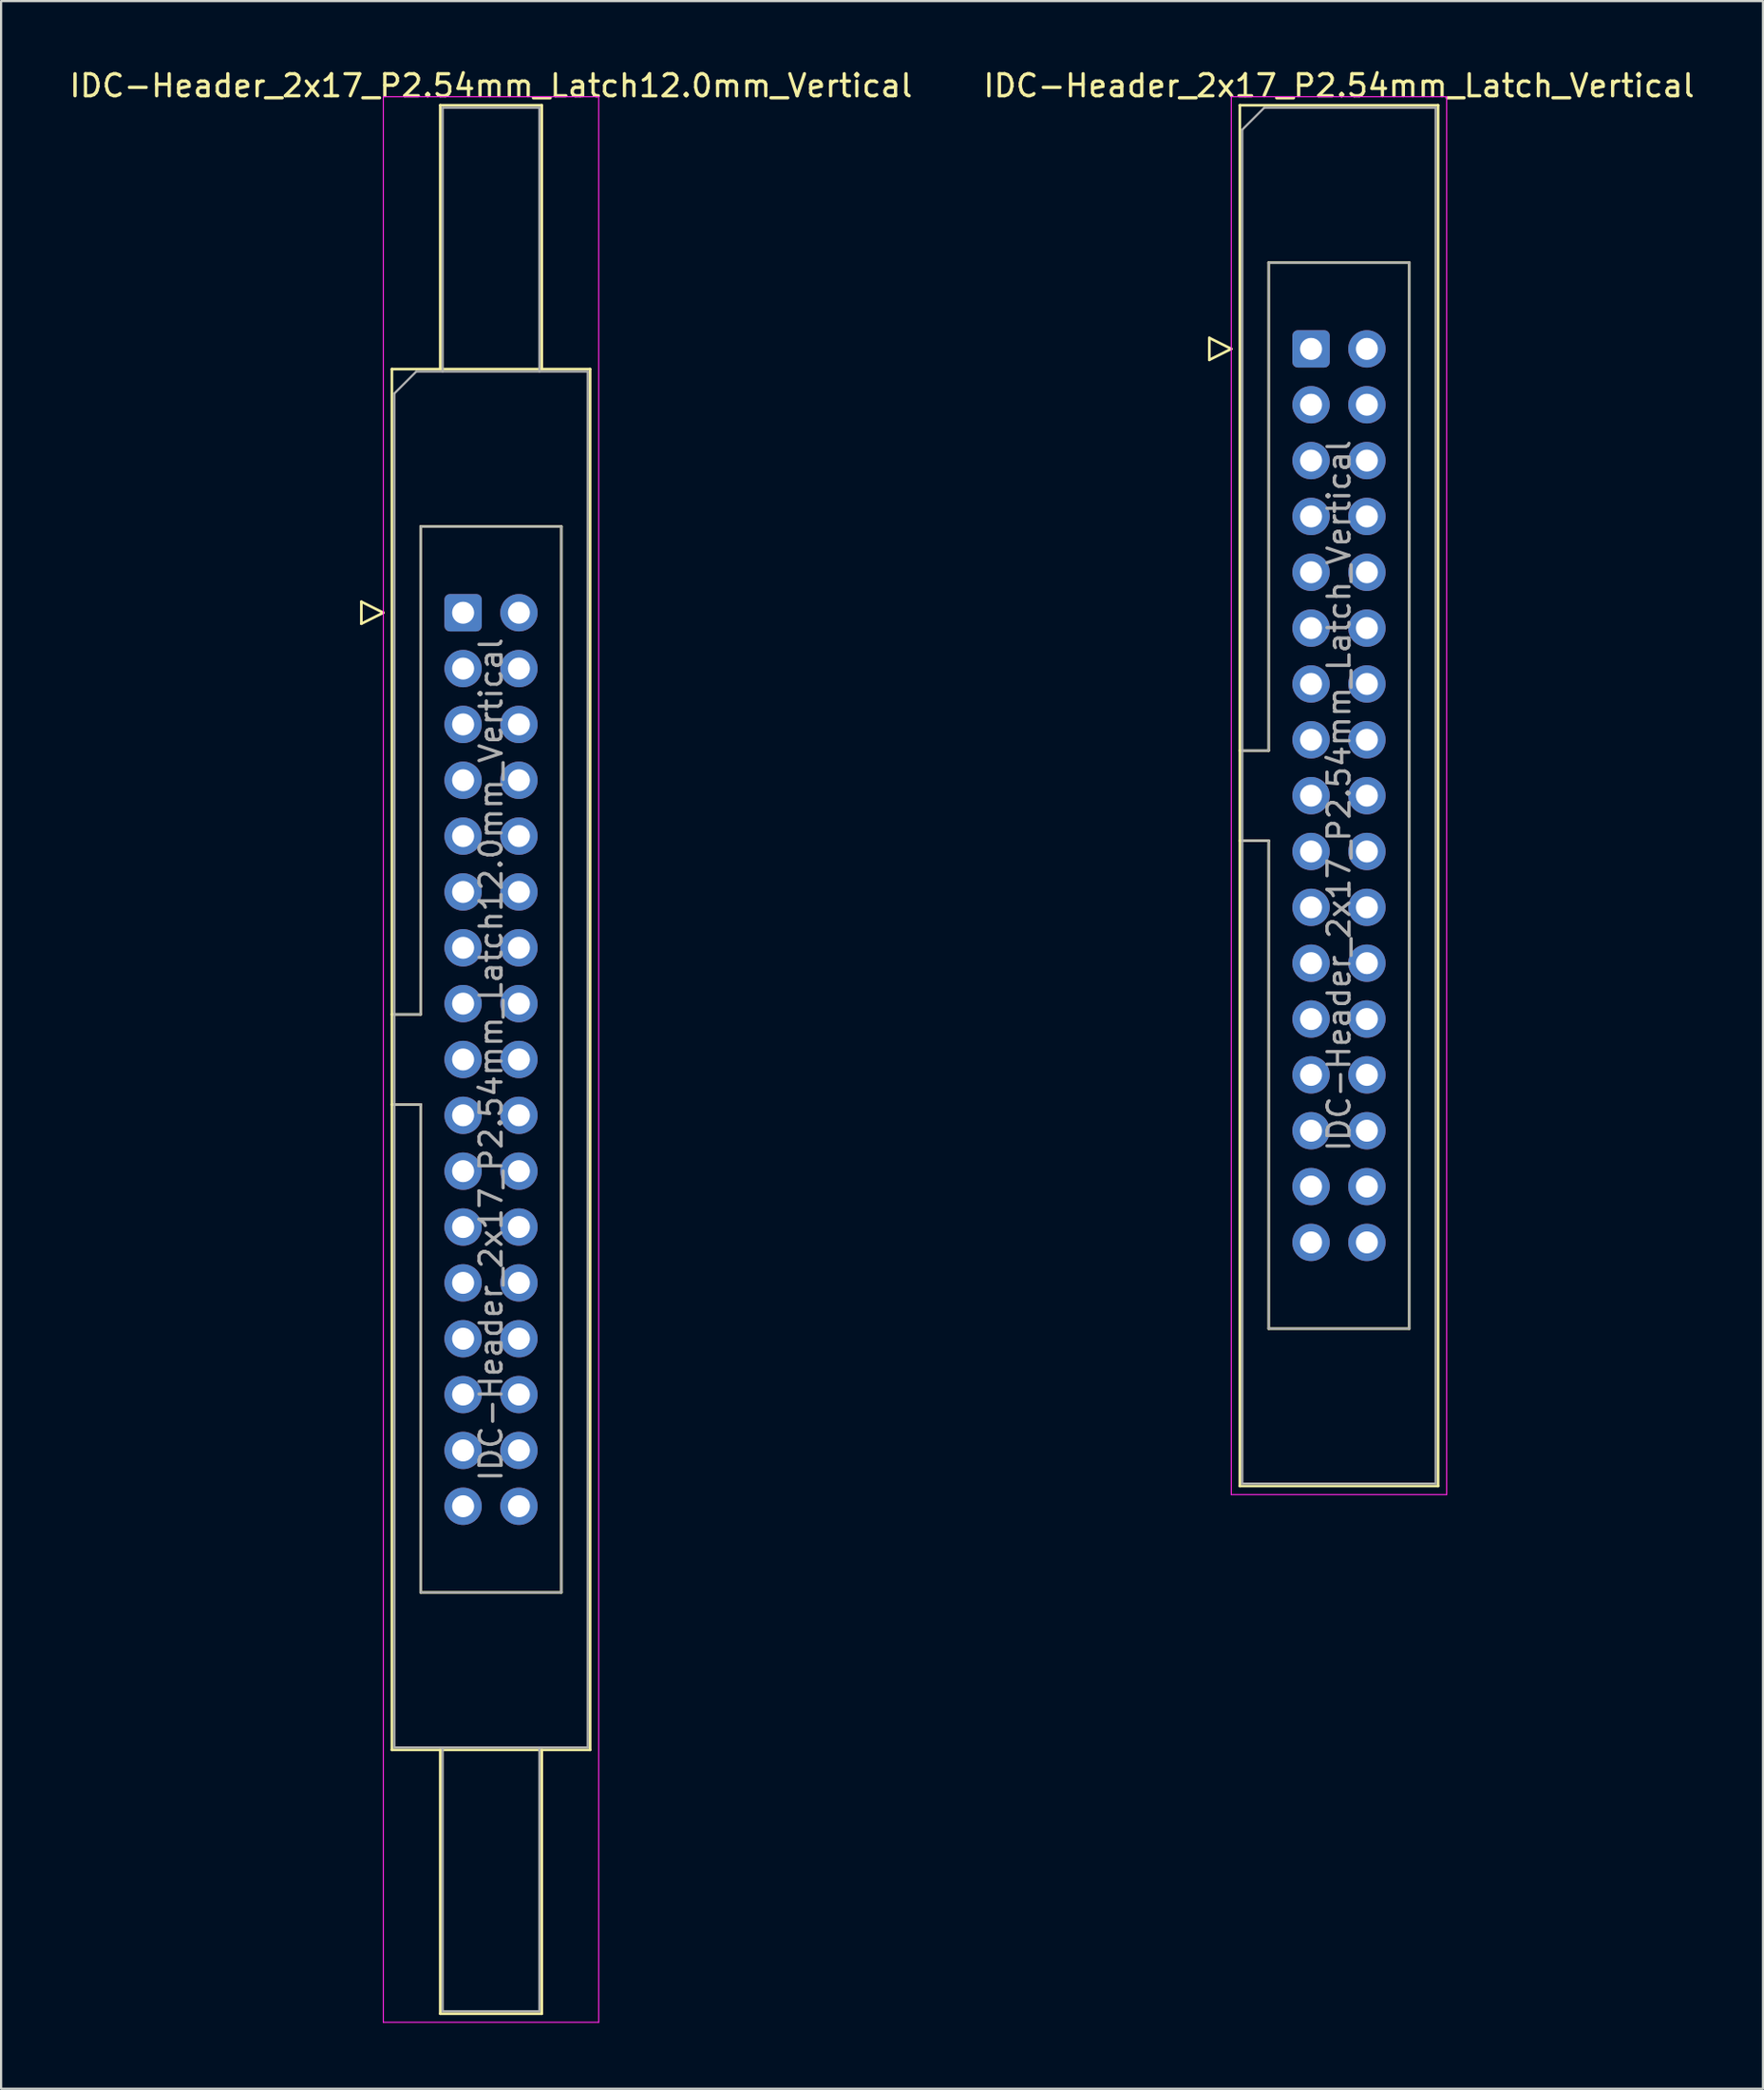
<source format=kicad_pcb>
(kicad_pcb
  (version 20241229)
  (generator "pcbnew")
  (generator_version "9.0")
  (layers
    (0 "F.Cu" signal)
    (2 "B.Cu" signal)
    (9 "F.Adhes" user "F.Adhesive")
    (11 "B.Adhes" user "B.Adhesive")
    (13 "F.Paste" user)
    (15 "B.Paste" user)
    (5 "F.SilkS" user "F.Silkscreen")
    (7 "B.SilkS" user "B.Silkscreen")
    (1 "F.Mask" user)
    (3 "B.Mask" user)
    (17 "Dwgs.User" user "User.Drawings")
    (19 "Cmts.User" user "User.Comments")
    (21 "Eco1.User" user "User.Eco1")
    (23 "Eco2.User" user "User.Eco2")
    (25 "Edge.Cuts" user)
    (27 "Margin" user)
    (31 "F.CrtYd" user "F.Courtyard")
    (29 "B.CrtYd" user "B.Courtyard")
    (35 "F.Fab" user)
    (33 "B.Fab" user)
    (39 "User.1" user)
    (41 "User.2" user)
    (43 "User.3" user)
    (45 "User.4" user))
  (footprint "IDC-Header_2x17_P2.54mm_Latch_Vertical"
    (layer "F.Cu")
    (at 56.605 12.818)
    (property "Reference" "IDC-Header_2x17_P2.54mm_Latch_Vertical" (at 1.27 -11.97 0) (layer "F.SilkS") (effects (font (size 1 1) (thickness 0.15))))
    (attr through_hole)
    (fp_line (start -4.63 -0.5) (end -4.63 0.5) (stroke (width 0.12) (type solid)) (layer "F.SilkS"))
    (fp_line (start -4.63 0.5) (end -3.63 0) (stroke (width 0.12) (type solid)) (layer "F.SilkS"))
    (fp_line (start -3.63 0) (end -4.63 -0.5) (stroke (width 0.12) (type solid)) (layer "F.SilkS"))
    (fp_line (start -3.24 -11.08) (end 5.78 -11.08) (stroke (width 0.12) (type solid)) (layer "F.SilkS"))
    (fp_line (start -3.24 18.27) (end -1.93 18.27) (stroke (width 0.12) (type solid)) (layer "F.SilkS"))
    (fp_line (start -3.24 51.72) (end -3.24 -11.08) (stroke (width 0.12) (type solid)) (layer "F.SilkS"))
    (fp_line (start -1.93 -3.92) (end 4.47 -3.92) (stroke (width 0.12) (type solid)) (layer "F.SilkS"))
    (fp_line (start -1.93 18.27) (end -1.93 -3.92) (stroke (width 0.12) (type solid)) (layer "F.SilkS"))
    (fp_line (start -1.93 22.37) (end -3.24 22.37) (stroke (width 0.12) (type solid)) (layer "F.SilkS"))
    (fp_line (start -1.93 22.37) (end -1.93 22.37) (stroke (width 0.12) (type solid)) (layer "F.SilkS"))
    (fp_line (start -1.93 44.56) (end -1.93 22.37) (stroke (width 0.12) (type solid)) (layer "F.SilkS"))
    (fp_line (start 4.47 -3.92) (end 4.47 44.56) (stroke (width 0.12) (type solid)) (layer "F.SilkS"))
    (fp_line (start 4.47 44.56) (end -1.93 44.56) (stroke (width 0.12) (type solid)) (layer "F.SilkS"))
    (fp_line (start 5.78 -11.08) (end 5.78 51.72) (stroke (width 0.12) (type solid)) (layer "F.SilkS"))
    (fp_line (start 5.78 51.72) (end -3.24 51.72) (stroke (width 0.12) (type solid)) (layer "F.SilkS"))
    (fp_line (start -3.63 -11.47) (end -3.63 52.11) (stroke (width 0.05) (type solid)) (layer "F.CrtYd"))
    (fp_line (start -3.63 52.11) (end 6.17 52.11) (stroke (width 0.05) (type solid)) (layer "F.CrtYd"))
    (fp_line (start 6.17 -11.47) (end -3.63 -11.47) (stroke (width 0.05) (type solid)) (layer "F.CrtYd"))
    (fp_line (start 6.17 52.11) (end 6.17 -11.47) (stroke (width 0.05) (type solid)) (layer "F.CrtYd"))
    (fp_line (start -3.13 -9.97) (end -2.13 -10.97) (stroke (width 0.1) (type solid)) (layer "F.Fab"))
    (fp_line (start -3.13 18.27) (end -1.93 18.27) (stroke (width 0.1) (type solid)) (layer "F.Fab"))
    (fp_line (start -3.13 51.61) (end -3.13 -9.97) (stroke (width 0.1) (type solid)) (layer "F.Fab"))
    (fp_line (start -2.13 -10.97) (end 5.67 -10.97) (stroke (width 0.1) (type solid)) (layer "F.Fab"))
    (fp_line (start -1.93 -3.92) (end 4.47 -3.92) (stroke (width 0.1) (type solid)) (layer "F.Fab"))
    (fp_line (start -1.93 18.27) (end -1.93 -3.92) (stroke (width 0.1) (type solid)) (layer "F.Fab"))
    (fp_line (start -1.93 22.37) (end -3.13 22.37) (stroke (width 0.1) (type solid)) (layer "F.Fab"))
    (fp_line (start -1.93 22.37) (end -1.93 22.37) (stroke (width 0.1) (type solid)) (layer "F.Fab"))
    (fp_line (start -1.93 44.56) (end -1.93 22.37) (stroke (width 0.1) (type solid)) (layer "F.Fab"))
    (fp_line (start 4.47 -3.92) (end 4.47 44.56) (stroke (width 0.1) (type solid)) (layer "F.Fab"))
    (fp_line (start 4.47 44.56) (end -1.93 44.56) (stroke (width 0.1) (type solid)) (layer "F.Fab"))
    (fp_line (start 5.67 -10.97) (end 5.67 51.61) (stroke (width 0.1) (type solid)) (layer "F.Fab"))
    (fp_line (start 5.67 51.61) (end -3.13 51.61) (stroke (width 0.1) (type solid)) (layer "F.Fab"))
    (fp_text user "${REFERENCE}" (at 1.27 20.32 90) (layer "F.Fab") (effects (font (size 1 1) (thickness 0.15))))
    (pad "1" thru_hole roundrect (at 0 0) (size 1.7 1.7) (drill 1) (layers "*.Cu" "*.Mask") (roundrect_rratio 0.147))
    (pad "2" thru_hole circle (at 2.54 0) (size 1.7 1.7) (drill 1) (layers "*.Cu" "*.Mask"))
    (pad "3" thru_hole circle (at 0 2.54) (size 1.7 1.7) (drill 1) (layers "*.Cu" "*.Mask"))
    (pad "4" thru_hole circle (at 2.54 2.54) (size 1.7 1.7) (drill 1) (layers "*.Cu" "*.Mask"))
    (pad "5" thru_hole circle (at 0 5.08) (size 1.7 1.7) (drill 1) (layers "*.Cu" "*.Mask"))
    (pad "6" thru_hole circle (at 2.54 5.08) (size 1.7 1.7) (drill 1) (layers "*.Cu" "*.Mask"))
    (pad "7" thru_hole circle (at 0 7.62) (size 1.7 1.7) (drill 1) (layers "*.Cu" "*.Mask"))
    (pad "8" thru_hole circle (at 2.54 7.62) (size 1.7 1.7) (drill 1) (layers "*.Cu" "*.Mask"))
    (pad "9" thru_hole circle (at 0 10.16) (size 1.7 1.7) (drill 1) (layers "*.Cu" "*.Mask"))
    (pad "10" thru_hole circle (at 2.54 10.16) (size 1.7 1.7) (drill 1) (layers "*.Cu" "*.Mask"))
    (pad "11" thru_hole circle (at 0 12.7) (size 1.7 1.7) (drill 1) (layers "*.Cu" "*.Mask"))
    (pad "12" thru_hole circle (at 2.54 12.7) (size 1.7 1.7) (drill 1) (layers "*.Cu" "*.Mask"))
    (pad "13" thru_hole circle (at 0 15.24) (size 1.7 1.7) (drill 1) (layers "*.Cu" "*.Mask"))
    (pad "14" thru_hole circle (at 2.54 15.24) (size 1.7 1.7) (drill 1) (layers "*.Cu" "*.Mask"))
    (pad "15" thru_hole circle (at 0 17.78) (size 1.7 1.7) (drill 1) (layers "*.Cu" "*.Mask"))
    (pad "16" thru_hole circle (at 2.54 17.78) (size 1.7 1.7) (drill 1) (layers "*.Cu" "*.Mask"))
    (pad "17" thru_hole circle (at 0 20.32) (size 1.7 1.7) (drill 1) (layers "*.Cu" "*.Mask"))
    (pad "18" thru_hole circle (at 2.54 20.32) (size 1.7 1.7) (drill 1) (layers "*.Cu" "*.Mask"))
    (pad "19" thru_hole circle (at 0 22.86) (size 1.7 1.7) (drill 1) (layers "*.Cu" "*.Mask"))
    (pad "20" thru_hole circle (at 2.54 22.86) (size 1.7 1.7) (drill 1) (layers "*.Cu" "*.Mask"))
    (pad "21" thru_hole circle (at 0 25.4) (size 1.7 1.7) (drill 1) (layers "*.Cu" "*.Mask"))
    (pad "22" thru_hole circle (at 2.54 25.4) (size 1.7 1.7) (drill 1) (layers "*.Cu" "*.Mask"))
    (pad "23" thru_hole circle (at 0 27.94) (size 1.7 1.7) (drill 1) (layers "*.Cu" "*.Mask"))
    (pad "24" thru_hole circle (at 2.54 27.94) (size 1.7 1.7) (drill 1) (layers "*.Cu" "*.Mask"))
    (pad "25" thru_hole circle (at 0 30.48) (size 1.7 1.7) (drill 1) (layers "*.Cu" "*.Mask"))
    (pad "26" thru_hole circle (at 2.54 30.48) (size 1.7 1.7) (drill 1) (layers "*.Cu" "*.Mask"))
    (pad "27" thru_hole circle (at 0 33.02) (size 1.7 1.7) (drill 1) (layers "*.Cu" "*.Mask"))
    (pad "28" thru_hole circle (at 2.54 33.02) (size 1.7 1.7) (drill 1) (layers "*.Cu" "*.Mask"))
    (pad "29" thru_hole circle (at 0 35.56) (size 1.7 1.7) (drill 1) (layers "*.Cu" "*.Mask"))
    (pad "30" thru_hole circle (at 2.54 35.56) (size 1.7 1.7) (drill 1) (layers "*.Cu" "*.Mask"))
    (pad "31" thru_hole circle (at 0 38.1) (size 1.7 1.7) (drill 1) (layers "*.Cu" "*.Mask"))
    (pad "32" thru_hole circle (at 2.54 38.1) (size 1.7 1.7) (drill 1) (layers "*.Cu" "*.Mask"))
    (pad "33" thru_hole circle (at 0 40.64) (size 1.7 1.7) (drill 1) (layers "*.Cu" "*.Mask"))
    (pad "34" thru_hole circle (at 2.54 40.64) (size 1.7 1.7) (drill 1) (layers "*.Cu" "*.Mask")))
  (footprint "IDC-Header_2x17_P2.54mm_Latch12.0mm_Vertical"
    (layer "F.Cu")
    (at 18.022 24.818)
    (property "Reference" "IDC-Header_2x17_P2.54mm_Latch12.0mm_Vertical" (at 1.27 -23.97 0) (layer "F.SilkS") (effects (font (size 1 1) (thickness 0.15))))
    (attr through_hole)
    (fp_line (start -4.63 -0.5) (end -4.63 0.5) (stroke (width 0.12) (type solid)) (layer "F.SilkS"))
    (fp_line (start -4.63 0.5) (end -3.63 0) (stroke (width 0.12) (type solid)) (layer "F.SilkS"))
    (fp_line (start -3.63 0) (end -4.63 -0.5) (stroke (width 0.12) (type solid)) (layer "F.SilkS"))
    (fp_line (start -3.24 -11.08) (end 5.78 -11.08) (stroke (width 0.12) (type solid)) (layer "F.SilkS"))
    (fp_line (start -3.24 18.27) (end -1.93 18.27) (stroke (width 0.12) (type solid)) (layer "F.SilkS"))
    (fp_line (start -3.24 51.72) (end -3.24 -11.08) (stroke (width 0.12) (type solid)) (layer "F.SilkS"))
    (fp_line (start -1.93 -3.92) (end 4.47 -3.92) (stroke (width 0.12) (type solid)) (layer "F.SilkS"))
    (fp_line (start -1.93 18.27) (end -1.93 -3.92) (stroke (width 0.12) (type solid)) (layer "F.SilkS"))
    (fp_line (start -1.93 22.37) (end -3.24 22.37) (stroke (width 0.12) (type solid)) (layer "F.SilkS"))
    (fp_line (start -1.93 22.37) (end -1.93 22.37) (stroke (width 0.12) (type solid)) (layer "F.SilkS"))
    (fp_line (start -1.93 44.56) (end -1.93 22.37) (stroke (width 0.12) (type solid)) (layer "F.SilkS"))
    (fp_line (start -1.04 -23.08) (end 3.58 -23.08) (stroke (width 0.12) (type solid)) (layer "F.SilkS"))
    (fp_line (start -1.04 -11.08) (end -1.04 -23.08) (stroke (width 0.12) (type solid)) (layer "F.SilkS"))
    (fp_line (start -1.04 51.72) (end -1.04 63.72) (stroke (width 0.12) (type solid)) (layer "F.SilkS"))
    (fp_line (start -1.04 63.72) (end 3.58 63.72) (stroke (width 0.12) (type solid)) (layer "F.SilkS"))
    (fp_line (start 3.58 -23.08) (end 3.58 -11.08) (stroke (width 0.12) (type solid)) (layer "F.SilkS"))
    (fp_line (start 3.58 63.72) (end 3.58 51.72) (stroke (width 0.12) (type solid)) (layer "F.SilkS"))
    (fp_line (start 4.47 -3.92) (end 4.47 44.56) (stroke (width 0.12) (type solid)) (layer "F.SilkS"))
    (fp_line (start 4.47 44.56) (end -1.93 44.56) (stroke (width 0.12) (type solid)) (layer "F.SilkS"))
    (fp_line (start 5.78 -11.08) (end 5.78 51.72) (stroke (width 0.12) (type solid)) (layer "F.SilkS"))
    (fp_line (start 5.78 51.72) (end -3.24 51.72) (stroke (width 0.12) (type solid)) (layer "F.SilkS"))
    (fp_line (start -3.63 -23.47) (end -3.63 64.11) (stroke (width 0.05) (type solid)) (layer "F.CrtYd"))
    (fp_line (start -3.63 64.11) (end 6.17 64.11) (stroke (width 0.05) (type solid)) (layer "F.CrtYd"))
    (fp_line (start 6.17 -23.47) (end -3.63 -23.47) (stroke (width 0.05) (type solid)) (layer "F.CrtYd"))
    (fp_line (start 6.17 64.11) (end 6.17 -23.47) (stroke (width 0.05) (type solid)) (layer "F.CrtYd"))
    (fp_line (start -3.13 -9.97) (end -2.13 -10.97) (stroke (width 0.1) (type solid)) (layer "F.Fab"))
    (fp_line (start -3.13 18.27) (end -1.93 18.27) (stroke (width 0.1) (type solid)) (layer "F.Fab"))
    (fp_line (start -3.13 51.61) (end -3.13 -9.97) (stroke (width 0.1) (type solid)) (layer "F.Fab"))
    (fp_line (start -2.13 -10.97) (end 5.67 -10.97) (stroke (width 0.1) (type solid)) (layer "F.Fab"))
    (fp_line (start -1.93 -3.92) (end 4.47 -3.92) (stroke (width 0.1) (type solid)) (layer "F.Fab"))
    (fp_line (start -1.93 18.27) (end -1.93 -3.92) (stroke (width 0.1) (type solid)) (layer "F.Fab"))
    (fp_line (start -1.93 22.37) (end -3.13 22.37) (stroke (width 0.1) (type solid)) (layer "F.Fab"))
    (fp_line (start -1.93 22.37) (end -1.93 22.37) (stroke (width 0.1) (type solid)) (layer "F.Fab"))
    (fp_line (start -1.93 44.56) (end -1.93 22.37) (stroke (width 0.1) (type solid)) (layer "F.Fab"))
    (fp_line (start -0.93 -22.97) (end 3.47 -22.97) (stroke (width 0.1) (type solid)) (layer "F.Fab"))
    (fp_line (start -0.93 -10.97) (end -0.93 -22.97) (stroke (width 0.1) (type solid)) (layer "F.Fab"))
    (fp_line (start -0.93 51.61) (end -0.93 63.61) (stroke (width 0.1) (type solid)) (layer "F.Fab"))
    (fp_line (start -0.93 63.61) (end 3.47 63.61) (stroke (width 0.1) (type solid)) (layer "F.Fab"))
    (fp_line (start 3.47 -22.97) (end 3.47 -10.97) (stroke (width 0.1) (type solid)) (layer "F.Fab"))
    (fp_line (start 3.47 63.61) (end 3.47 51.61) (stroke (width 0.1) (type solid)) (layer "F.Fab"))
    (fp_line (start 4.47 -3.92) (end 4.47 44.56) (stroke (width 0.1) (type solid)) (layer "F.Fab"))
    (fp_line (start 4.47 44.56) (end -1.93 44.56) (stroke (width 0.1) (type solid)) (layer "F.Fab"))
    (fp_line (start 5.67 -10.97) (end 5.67 51.61) (stroke (width 0.1) (type solid)) (layer "F.Fab"))
    (fp_line (start 5.67 51.61) (end -3.13 51.61) (stroke (width 0.1) (type solid)) (layer "F.Fab"))
    (fp_text user "${REFERENCE}" (at 1.27 20.32 90) (layer "F.Fab") (effects (font (size 1 1) (thickness 0.15))))
    (pad "1" thru_hole roundrect (at 0 0) (size 1.7 1.7) (drill 1) (layers "*.Cu" "*.Mask") (roundrect_rratio 0.147))
    (pad "2" thru_hole circle (at 2.54 0) (size 1.7 1.7) (drill 1) (layers "*.Cu" "*.Mask"))
    (pad "3" thru_hole circle (at 0 2.54) (size 1.7 1.7) (drill 1) (layers "*.Cu" "*.Mask"))
    (pad "4" thru_hole circle (at 2.54 2.54) (size 1.7 1.7) (drill 1) (layers "*.Cu" "*.Mask"))
    (pad "5" thru_hole circle (at 0 5.08) (size 1.7 1.7) (drill 1) (layers "*.Cu" "*.Mask"))
    (pad "6" thru_hole circle (at 2.54 5.08) (size 1.7 1.7) (drill 1) (layers "*.Cu" "*.Mask"))
    (pad "7" thru_hole circle (at 0 7.62) (size 1.7 1.7) (drill 1) (layers "*.Cu" "*.Mask"))
    (pad "8" thru_hole circle (at 2.54 7.62) (size 1.7 1.7) (drill 1) (layers "*.Cu" "*.Mask"))
    (pad "9" thru_hole circle (at 0 10.16) (size 1.7 1.7) (drill 1) (layers "*.Cu" "*.Mask"))
    (pad "10" thru_hole circle (at 2.54 10.16) (size 1.7 1.7) (drill 1) (layers "*.Cu" "*.Mask"))
    (pad "11" thru_hole circle (at 0 12.7) (size 1.7 1.7) (drill 1) (layers "*.Cu" "*.Mask"))
    (pad "12" thru_hole circle (at 2.54 12.7) (size 1.7 1.7) (drill 1) (layers "*.Cu" "*.Mask"))
    (pad "13" thru_hole circle (at 0 15.24) (size 1.7 1.7) (drill 1) (layers "*.Cu" "*.Mask"))
    (pad "14" thru_hole circle (at 2.54 15.24) (size 1.7 1.7) (drill 1) (layers "*.Cu" "*.Mask"))
    (pad "15" thru_hole circle (at 0 17.78) (size 1.7 1.7) (drill 1) (layers "*.Cu" "*.Mask"))
    (pad "16" thru_hole circle (at 2.54 17.78) (size 1.7 1.7) (drill 1) (layers "*.Cu" "*.Mask"))
    (pad "17" thru_hole circle (at 0 20.32) (size 1.7 1.7) (drill 1) (layers "*.Cu" "*.Mask"))
    (pad "18" thru_hole circle (at 2.54 20.32) (size 1.7 1.7) (drill 1) (layers "*.Cu" "*.Mask"))
    (pad "19" thru_hole circle (at 0 22.86) (size 1.7 1.7) (drill 1) (layers "*.Cu" "*.Mask"))
    (pad "20" thru_hole circle (at 2.54 22.86) (size 1.7 1.7) (drill 1) (layers "*.Cu" "*.Mask"))
    (pad "21" thru_hole circle (at 0 25.4) (size 1.7 1.7) (drill 1) (layers "*.Cu" "*.Mask"))
    (pad "22" thru_hole circle (at 2.54 25.4) (size 1.7 1.7) (drill 1) (layers "*.Cu" "*.Mask"))
    (pad "23" thru_hole circle (at 0 27.94) (size 1.7 1.7) (drill 1) (layers "*.Cu" "*.Mask"))
    (pad "24" thru_hole circle (at 2.54 27.94) (size 1.7 1.7) (drill 1) (layers "*.Cu" "*.Mask"))
    (pad "25" thru_hole circle (at 0 30.48) (size 1.7 1.7) (drill 1) (layers "*.Cu" "*.Mask"))
    (pad "26" thru_hole circle (at 2.54 30.48) (size 1.7 1.7) (drill 1) (layers "*.Cu" "*.Mask"))
    (pad "27" thru_hole circle (at 0 33.02) (size 1.7 1.7) (drill 1) (layers "*.Cu" "*.Mask"))
    (pad "28" thru_hole circle (at 2.54 33.02) (size 1.7 1.7) (drill 1) (layers "*.Cu" "*.Mask"))
    (pad "29" thru_hole circle (at 0 35.56) (size 1.7 1.7) (drill 1) (layers "*.Cu" "*.Mask"))
    (pad "30" thru_hole circle (at 2.54 35.56) (size 1.7 1.7) (drill 1) (layers "*.Cu" "*.Mask"))
    (pad "31" thru_hole circle (at 0 38.1) (size 1.7 1.7) (drill 1) (layers "*.Cu" "*.Mask"))
    (pad "32" thru_hole circle (at 2.54 38.1) (size 1.7 1.7) (drill 1) (layers "*.Cu" "*.Mask"))
    (pad "33" thru_hole circle (at 0 40.64) (size 1.7 1.7) (drill 1) (layers "*.Cu" "*.Mask"))
    (pad "34" thru_hole circle (at 2.54 40.64) (size 1.7 1.7) (drill 1) (layers "*.Cu" "*.Mask")))
  (gr_rect
    (start -3 -3)
    (end 77.167 91.953)
    (stroke (width 0.1) (type default))
    (fill no)
    (layer "Edge.Cuts")))
</source>
